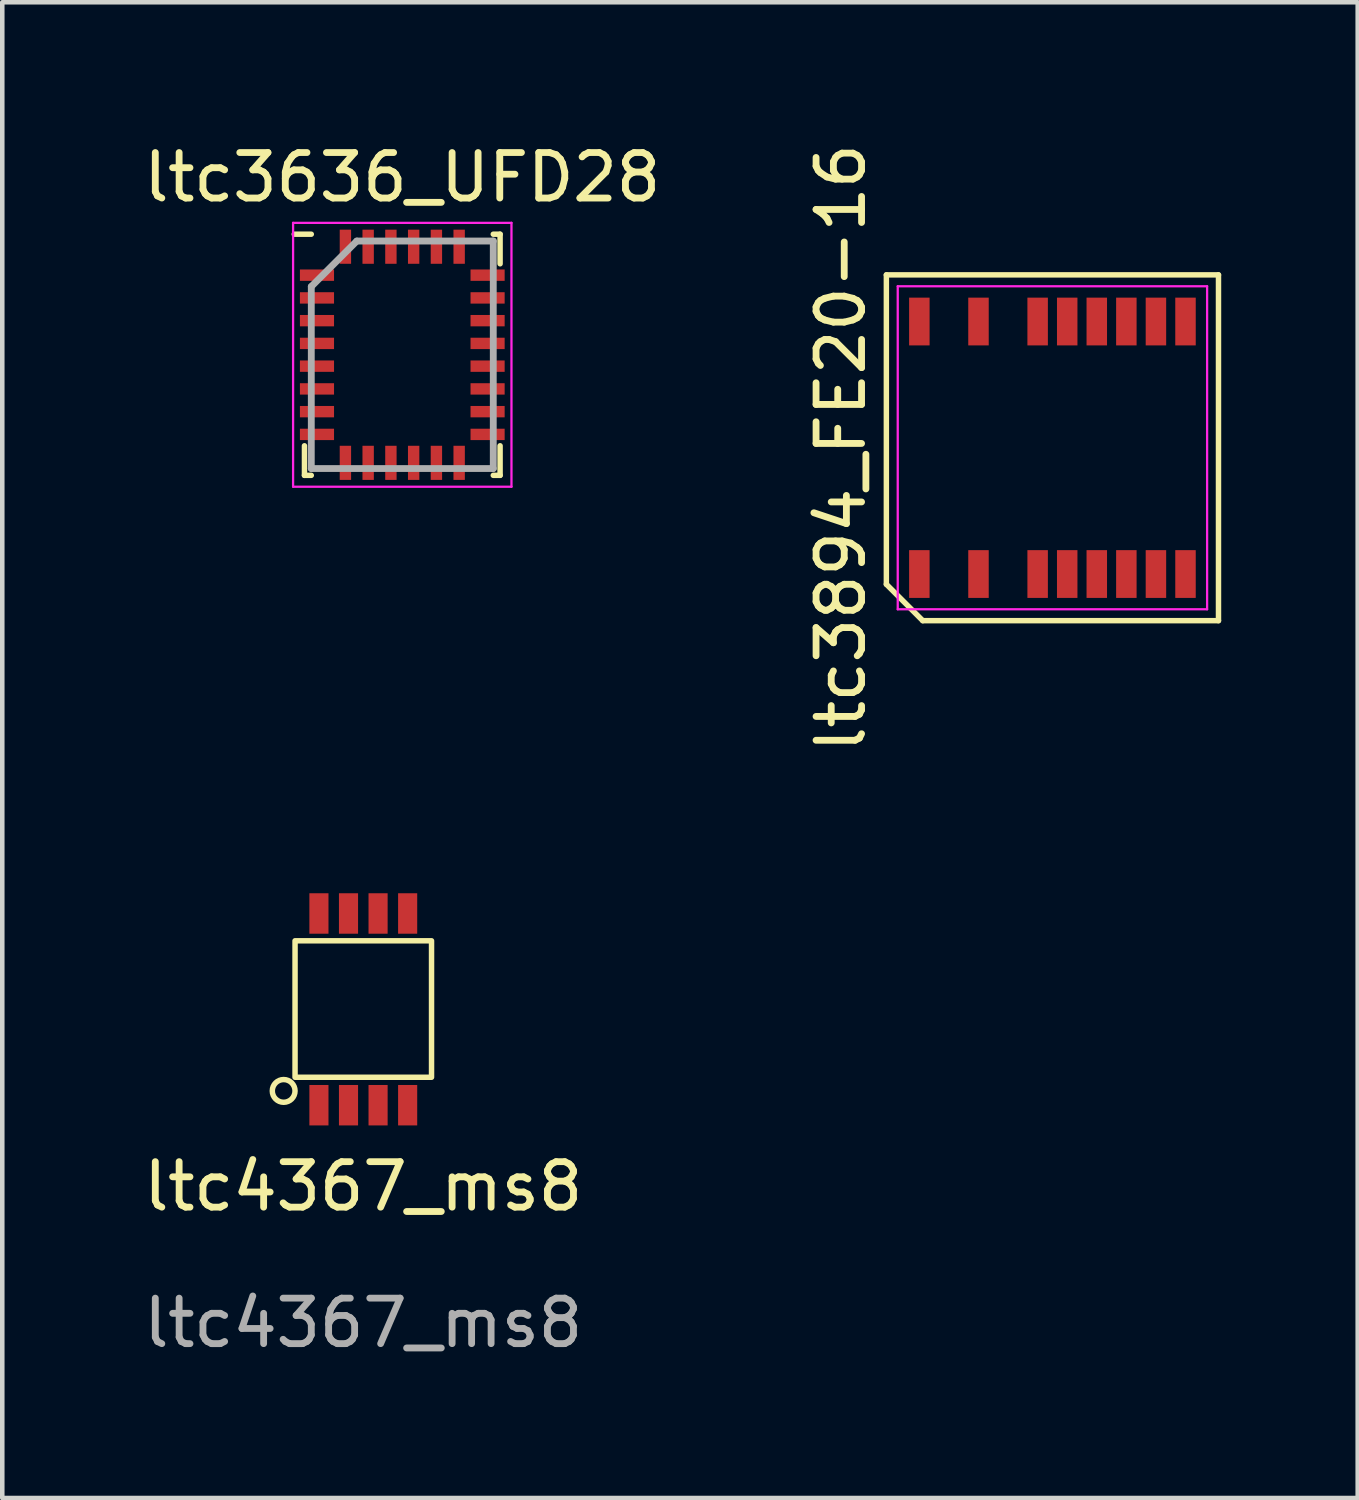
<source format=kicad_pcb>
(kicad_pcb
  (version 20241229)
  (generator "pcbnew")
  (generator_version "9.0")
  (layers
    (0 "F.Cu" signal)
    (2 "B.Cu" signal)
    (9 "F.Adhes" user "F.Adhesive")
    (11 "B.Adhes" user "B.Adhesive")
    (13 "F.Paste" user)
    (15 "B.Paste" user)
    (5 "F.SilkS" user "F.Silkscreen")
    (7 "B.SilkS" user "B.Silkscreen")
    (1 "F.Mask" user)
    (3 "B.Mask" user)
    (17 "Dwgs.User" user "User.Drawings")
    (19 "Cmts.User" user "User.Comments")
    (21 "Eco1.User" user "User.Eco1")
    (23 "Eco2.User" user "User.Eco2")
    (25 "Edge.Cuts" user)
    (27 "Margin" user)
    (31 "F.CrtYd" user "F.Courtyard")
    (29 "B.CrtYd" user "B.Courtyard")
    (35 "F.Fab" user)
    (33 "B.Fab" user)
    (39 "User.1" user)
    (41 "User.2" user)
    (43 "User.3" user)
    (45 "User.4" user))
  (footprint "ltc4367_ms8"
    (layer "F.Cu")
    (at 4.935 23.528)
    (property "Reference" "ltc4367_ms8" (at 0 -0.5 0) (unlocked yes) (layer "F.SilkS") (effects (font (size 1 1) (thickness 0.15))))
    (attr smd)
    (fp_rect (start -1.5 -5.9) (end 1.5 -2.9) (stroke (width 0.12) (type solid)) (fill no) (layer "F.SilkS"))
    (fp_circle (center -1.75 -2.6) (end -1.5 -2.6) (stroke (width 0.12) (type solid)) (fill no) (layer "F.SilkS"))
    (fp_text user "${REFERENCE}" (at 0 2.5 0) (unlocked yes) (layer "F.Fab") (effects (font (size 1 1) (thickness 0.15))))
    (pad "1" smd rect (at -0.975 -2.286) (size 0.42 0.889) (layers "F.Cu" "F.Mask" "F.Paste"))
    (pad "2" smd rect (at -0.325 -2.286) (size 0.42 0.889) (layers "F.Cu" "F.Mask" "F.Paste"))
    (pad "3" smd rect (at 0.325 -2.286) (size 0.42 0.889) (layers "F.Cu" "F.Mask" "F.Paste"))
    (pad "4" smd rect (at 0.975 -2.286) (size 0.42 0.889) (layers "F.Cu" "F.Mask" "F.Paste"))
    (pad "5" smd rect (at 0.975 -6.5) (size 0.42 0.889) (layers "F.Cu" "F.Mask" "F.Paste"))
    (pad "6" smd rect (at 0.325 -6.5) (size 0.42 0.889) (layers "F.Cu" "F.Mask" "F.Paste"))
    (pad "7" smd rect (at -0.325 -6.5) (size 0.42 0.889) (layers "F.Cu" "F.Mask" "F.Paste"))
    (pad "8" smd rect (at -0.975 -6.5) (size 0.42 0.889) (layers "F.Cu" "F.Mask" "F.Paste")))
  (footprint "ltc3636_UFD28"
    (layer "F.Cu")
    (at 5.792 4.748)
    (property "Reference" "ltc3636_UFD28" (at 0 -3.9 0) (layer "F.SilkS") (effects (font (size 1 1) (thickness 0.15))))
    (attr through_hole)
    (fp_line (start -2.15 2.65) (end -2.15 2) (stroke (width 0.12) (type solid)) (layer "F.SilkS"))
    (fp_line (start -2 -2.65) (end -2.375 -2.65) (stroke (width 0.12) (type solid)) (layer "F.SilkS"))
    (fp_line (start -2 2.65) (end -2.15 2.65) (stroke (width 0.12) (type solid)) (layer "F.SilkS"))
    (fp_line (start 2 -2.65) (end 2.15 -2.65) (stroke (width 0.12) (type solid)) (layer "F.SilkS"))
    (fp_line (start 2 2.65) (end 2.15 2.65) (stroke (width 0.12) (type solid)) (layer "F.SilkS"))
    (fp_line (start 2.15 -2.65) (end 2.15 -2) (stroke (width 0.12) (type solid)) (layer "F.SilkS"))
    (fp_line (start 2.15 2.65) (end 2.15 2) (stroke (width 0.12) (type solid)) (layer "F.SilkS"))
    (fp_line (start -2.4 -2.9) (end 2.4 -2.9) (stroke (width 0.05) (type solid)) (layer "F.CrtYd"))
    (fp_line (start -2.4 2.9) (end -2.4 -2.9) (stroke (width 0.05) (type solid)) (layer "F.CrtYd"))
    (fp_line (start 2.4 -2.9) (end 2.4 2.9) (stroke (width 0.05) (type solid)) (layer "F.CrtYd"))
    (fp_line (start 2.4 2.9) (end -2.4 2.9) (stroke (width 0.05) (type solid)) (layer "F.CrtYd"))
    (fp_line (start -2 -1.5) (end -2 2.5) (stroke (width 0.15) (type solid)) (layer "F.Fab"))
    (fp_line (start -2 2.5) (end 2 2.5) (stroke (width 0.15) (type solid)) (layer "F.Fab"))
    (fp_line (start -1 -2.5) (end -2 -1.5) (stroke (width 0.15) (type solid)) (layer "F.Fab"))
    (fp_line (start 2 -2.5) (end -1 -2.5) (stroke (width 0.15) (type solid)) (layer "F.Fab"))
    (fp_line (start 2 2.5) (end 2 -2.5) (stroke (width 0.15) (type solid)) (layer "F.Fab"))
    (pad "1" smd rect (at -1.875 -1.75 90) (size 0.25 0.75) (layers "F.Cu" "F.Mask" "F.Paste"))
    (pad "2" smd rect (at -1.875 -1.25 90) (size 0.25 0.75) (layers "F.Cu" "F.Mask" "F.Paste"))
    (pad "3" smd rect (at -1.875 -0.75 90) (size 0.25 0.75) (layers "F.Cu" "F.Mask" "F.Paste"))
    (pad "4" smd rect (at -1.875 -0.25 90) (size 0.25 0.75) (layers "F.Cu" "F.Mask" "F.Paste"))
    (pad "5" smd rect (at -1.875 0.25 90) (size 0.25 0.75) (layers "F.Cu" "F.Mask" "F.Paste"))
    (pad "6" smd rect (at -1.875 0.75 90) (size 0.25 0.75) (layers "F.Cu" "F.Mask" "F.Paste"))
    (pad "7" smd rect (at -1.875 1.25 90) (size 0.25 0.75) (layers "F.Cu" "F.Mask" "F.Paste"))
    (pad "8" smd rect (at -1.875 1.75 90) (size 0.25 0.75) (layers "F.Cu" "F.Mask" "F.Paste"))
    (pad "9" smd rect (at -1.25 2.375) (size 0.25 0.75) (layers "F.Cu" "F.Mask" "F.Paste"))
    (pad "10" smd rect (at -0.75 2.375) (size 0.25 0.75) (layers "F.Cu" "F.Mask" "F.Paste"))
    (pad "11" smd rect (at -0.25 2.375) (size 0.25 0.75) (layers "F.Cu" "F.Mask" "F.Paste"))
    (pad "12" smd rect (at 0.25 2.375) (size 0.25 0.75) (layers "F.Cu" "F.Mask" "F.Paste"))
    (pad "13" smd rect (at 0.75 2.375) (size 0.25 0.75) (layers "F.Cu" "F.Mask" "F.Paste"))
    (pad "14" smd rect (at 1.25 2.375) (size 0.25 0.75) (layers "F.Cu" "F.Mask" "F.Paste"))
    (pad "15" smd rect (at 1.875 1.75 90) (size 0.25 0.75) (layers "F.Cu" "F.Mask" "F.Paste"))
    (pad "16" smd rect (at 1.875 1.25 90) (size 0.25 0.75) (layers "F.Cu" "F.Mask" "F.Paste"))
    (pad "17" smd rect (at 1.875 0.75 90) (size 0.25 0.75) (layers "F.Cu" "F.Mask" "F.Paste"))
    (pad "18" smd rect (at 1.875 0.25 90) (size 0.25 0.75) (layers "F.Cu" "F.Mask" "F.Paste"))
    (pad "19" smd rect (at 1.875 -0.25 90) (size 0.25 0.75) (layers "F.Cu" "F.Mask" "F.Paste"))
    (pad "20" smd rect (at 1.875 -0.75 90) (size 0.25 0.75) (layers "F.Cu" "F.Mask" "F.Paste"))
    (pad "21" smd rect (at 1.875 -1.25 90) (size 0.25 0.75) (layers "F.Cu" "F.Mask" "F.Paste"))
    (pad "22" smd rect (at 1.875 -1.75 90) (size 0.25 0.75) (layers "F.Cu" "F.Mask" "F.Paste"))
    (pad "23" smd rect (at 1.25 -2.375) (size 0.25 0.75) (layers "F.Cu" "F.Mask" "F.Paste"))
    (pad "24" smd rect (at 0.75 -2.375) (size 0.25 0.75) (layers "F.Cu" "F.Mask" "F.Paste"))
    (pad "25" smd rect (at 0.25 -2.375) (size 0.25 0.75) (layers "F.Cu" "F.Mask" "F.Paste"))
    (pad "26" smd rect (at -0.25 -2.375) (size 0.25 0.75) (layers "F.Cu" "F.Mask" "F.Paste"))
    (pad "27" smd rect (at -0.75 -2.375) (size 0.25 0.75) (layers "F.Cu" "F.Mask" "F.Paste"))
    (pad "28" smd rect (at -1.25 -2.375) (size 0.25 0.75) (layers "F.Cu" "F.Mask" "F.Paste")))
  (footprint "ltc3894_FE20-16"
    (layer "F.Cu")
    (at 20.082 6.792)
    (property "Reference" "ltc3894_FE20-16" (at -4.65 0 90) (layer "F.SilkS") (effects (font (size 1 1) (thickness 0.15))))
    (attr through_hole)
    (fp_line (start -3.65 -3.8) (end 3.65 -3.8) (stroke (width 0.12) (type solid)) (layer "F.SilkS"))
    (fp_line (start -3.65 3) (end -3.65 -3.8) (stroke (width 0.12) (type solid)) (layer "F.SilkS"))
    (fp_line (start -2.85 3.8) (end -3.65 3) (stroke (width 0.12) (type solid)) (layer "F.SilkS"))
    (fp_line (start 3.65 -3.8) (end 3.65 3.8) (stroke (width 0.12) (type solid)) (layer "F.SilkS"))
    (fp_line (start 3.65 3.8) (end -2.85 3.8) (stroke (width 0.12) (type solid)) (layer "F.SilkS"))
    (fp_line (start -3.4 -3.55) (end 3.4 -3.55) (stroke (width 0.05) (type solid)) (layer "F.CrtYd"))
    (fp_line (start -3.4 3.55) (end -3.4 -3.55) (stroke (width 0.05) (type solid)) (layer "F.CrtYd"))
    (fp_line (start 3.4 -3.55) (end 3.4 3.55) (stroke (width 0.05) (type solid)) (layer "F.CrtYd"))
    (fp_line (start 3.4 3.55) (end -3.4 3.55) (stroke (width 0.05) (type solid)) (layer "F.CrtYd"))
    (pad "1" smd rect (at -2.925 2.775) (size 0.45 1.05) (layers "F.Cu" "F.Mask" "F.Paste"))
    (pad "3" smd rect (at -1.625 2.775) (size 0.45 1.05) (layers "F.Cu" "F.Mask" "F.Paste"))
    (pad "5" smd rect (at -0.325 2.775) (size 0.45 1.05) (layers "F.Cu" "F.Mask" "F.Paste"))
    (pad "6" smd rect (at 0.325 2.775) (size 0.45 1.05) (layers "F.Cu" "F.Mask" "F.Paste"))
    (pad "7" smd rect (at 0.975 2.775) (size 0.45 1.05) (layers "F.Cu" "F.Mask" "F.Paste"))
    (pad "8" smd rect (at 1.625 2.775) (size 0.45 1.05) (layers "F.Cu" "F.Mask" "F.Paste"))
    (pad "9" smd rect (at 2.275 2.775) (size 0.45 1.05) (layers "F.Cu" "F.Mask" "F.Paste"))
    (pad "10" smd rect (at 2.925 2.775) (size 0.45 1.05) (layers "F.Cu" "F.Mask" "F.Paste"))
    (pad "11" smd rect (at 2.925 -2.775) (size 0.45 1.05) (layers "F.Cu" "F.Mask" "F.Paste"))
    (pad "12" smd rect (at 2.275 -2.775) (size 0.45 1.05) (layers "F.Cu" "F.Mask" "F.Paste"))
    (pad "13" smd rect (at 1.625 -2.775) (size 0.45 1.05) (layers "F.Cu" "F.Mask" "F.Paste"))
    (pad "14" smd rect (at 0.975 -2.775) (size 0.45 1.05) (layers "F.Cu" "F.Mask" "F.Paste"))
    (pad "15" smd rect (at 0.325 -2.775) (size 0.45 1.05) (layers "F.Cu" "F.Mask" "F.Paste"))
    (pad "16" smd rect (at -0.325 -2.775) (size 0.45 1.05) (layers "F.Cu" "F.Mask" "F.Paste"))
    (pad "18" smd rect (at -1.625 -2.775) (size 0.45 1.05) (layers "F.Cu" "F.Mask" "F.Paste"))
    (pad "20" smd rect (at -2.925 -2.775) (size 0.45 1.05) (layers "F.Cu" "F.Mask" "F.Paste")))
  (gr_rect
    (start -3 -3)
    (end 26.792 29.876)
    (stroke (width 0.1) (type default))
    (fill no)
    (layer "Edge.Cuts")))
</source>
